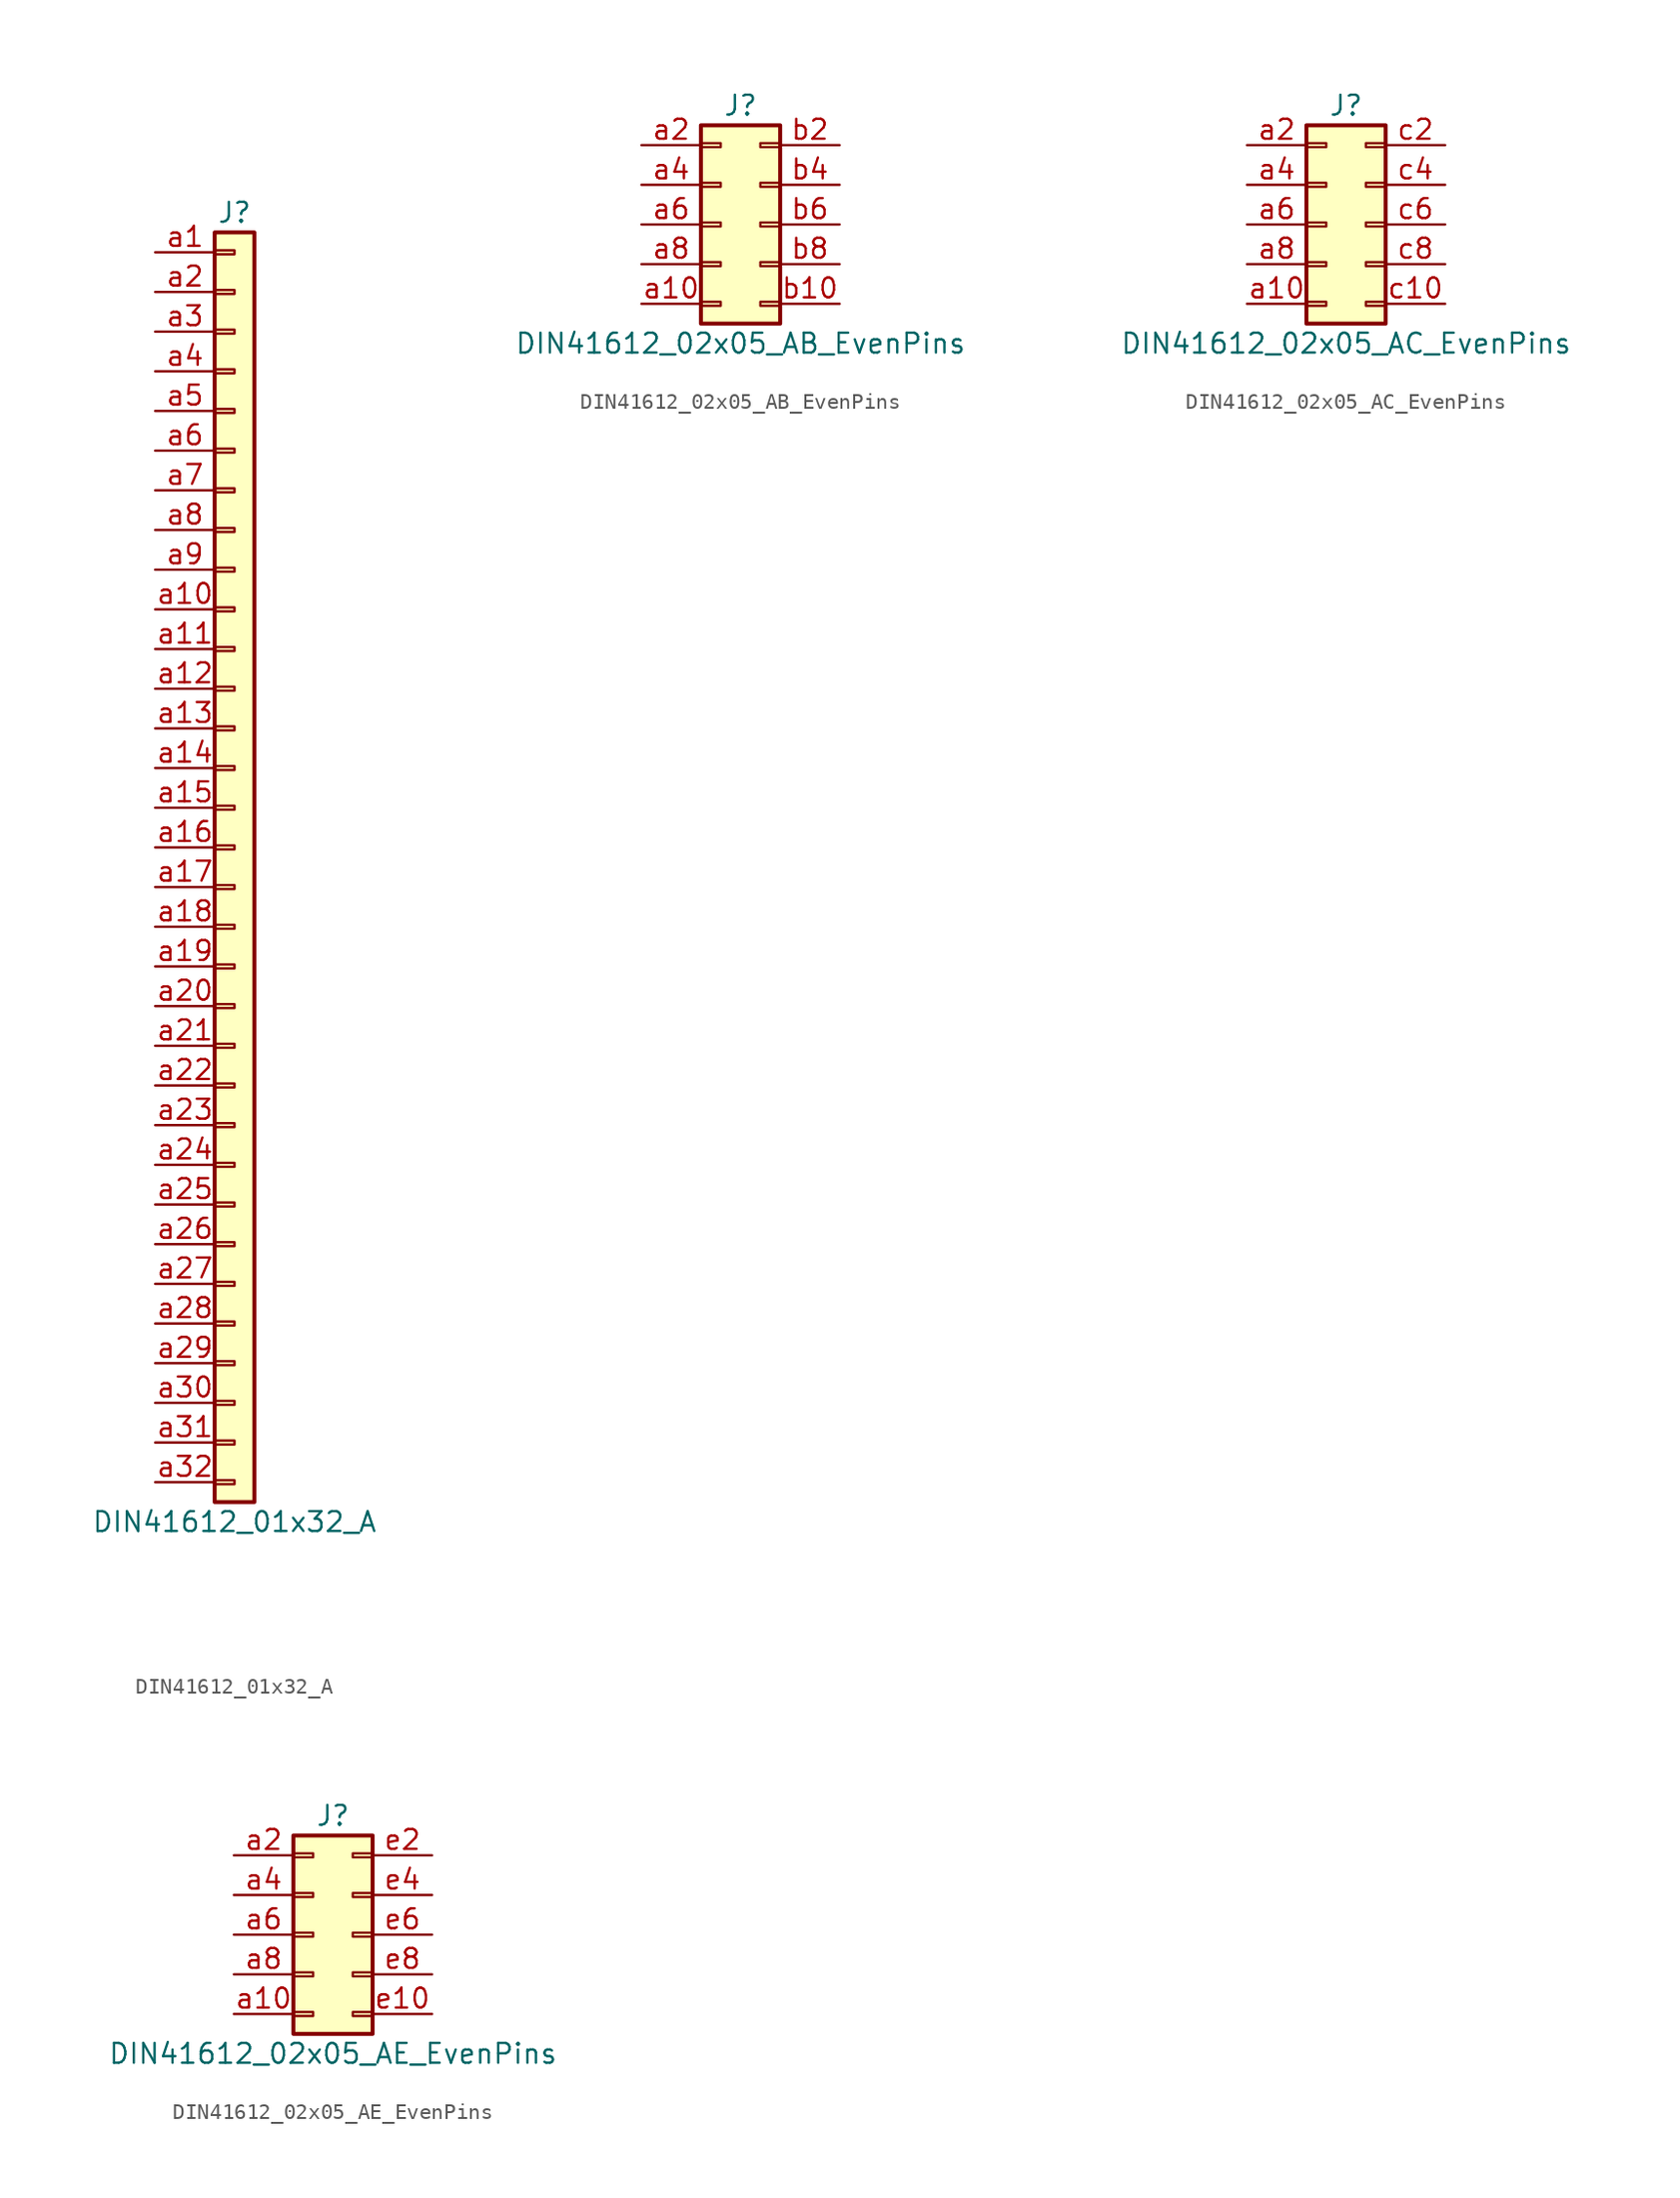
<source format=kicad_sym>
(kicad_symbol_lib
  (version 20220914)
  (generator kicad_symbol_editor)
  (symbol "DIN41612_01x32_A"
    (pin_names
      (offset 1.016) hide)
    (property "Reference" "J"
      (at 0 40.64 0)
      (effects (font (size 1.27 1.27))))
    (property "Value" "DIN41612_01x32_A"
      (at 0 -43.18 0)
      (effects (font (size 1.27 1.27))))
    (symbol "DIN41612_01x32_A_1_1"
      (rectangle (start -1.27 -40.513) (end 0 -40.767) (stroke (width 0.152) (type solid)) (fill (type none)))
      (rectangle (start -1.27 -37.973) (end 0 -38.227) (stroke (width 0.152) (type solid)) (fill (type none)))
      (rectangle (start -1.27 -35.433) (end 0 -35.687) (stroke (width 0.152) (type solid)) (fill (type none)))
      (rectangle (start -1.27 -32.893) (end 0 -33.147) (stroke (width 0.152) (type solid)) (fill (type none)))
      (rectangle (start -1.27 -30.353) (end 0 -30.607) (stroke (width 0.152) (type solid)) (fill (type none)))
      (rectangle (start -1.27 -27.813) (end 0 -28.067) (stroke (width 0.152) (type solid)) (fill (type none)))
      (rectangle (start -1.27 -25.273) (end 0 -25.527) (stroke (width 0.152) (type solid)) (fill (type none)))
      (rectangle (start -1.27 -22.733) (end 0 -22.987) (stroke (width 0.152) (type solid)) (fill (type none)))
      (rectangle (start -1.27 -20.193) (end 0 -20.447) (stroke (width 0.152) (type solid)) (fill (type none)))
      (rectangle (start -1.27 -17.653) (end 0 -17.907) (stroke (width 0.152) (type solid)) (fill (type none)))
      (rectangle (start -1.27 -15.113) (end 0 -15.367) (stroke (width 0.152) (type solid)) (fill (type none)))
      (rectangle (start -1.27 -12.573) (end 0 -12.827) (stroke (width 0.152) (type solid)) (fill (type none)))
      (rectangle (start -1.27 -10.033) (end 0 -10.287) (stroke (width 0.152) (type solid)) (fill (type none)))
      (rectangle (start -1.27 -7.493) (end 0 -7.747) (stroke (width 0.152) (type solid)) (fill (type none)))
      (rectangle (start -1.27 -4.953) (end 0 -5.207) (stroke (width 0.152) (type solid)) (fill (type none)))
      (rectangle (start -1.27 -2.413) (end 0 -2.667) (stroke (width 0.152) (type solid)) (fill (type none)))
      (rectangle (start -1.27 0.127) (end 0 -0.127) (stroke (width 0.152) (type solid)) (fill (type none)))
      (rectangle (start -1.27 2.667) (end 0 2.413) (stroke (width 0.152) (type solid)) (fill (type none)))
      (rectangle (start -1.27 5.207) (end 0 4.953) (stroke (width 0.152) (type solid)) (fill (type none)))
      (rectangle (start -1.27 7.747) (end 0 7.493) (stroke (width 0.152) (type solid)) (fill (type none)))
      (rectangle (start -1.27 10.287) (end 0 10.033) (stroke (width 0.152) (type solid)) (fill (type none)))
      (rectangle (start -1.27 12.827) (end 0 12.573) (stroke (width 0.152) (type solid)) (fill (type none)))
      (rectangle (start -1.27 15.367) (end 0 15.113) (stroke (width 0.152) (type solid)) (fill (type none)))
      (rectangle (start -1.27 17.907) (end 0 17.653) (stroke (width 0.152) (type solid)) (fill (type none)))
      (rectangle (start -1.27 20.447) (end 0 20.193) (stroke (width 0.152) (type solid)) (fill (type none)))
      (rectangle (start -1.27 22.987) (end 0 22.733) (stroke (width 0.152) (type solid)) (fill (type none)))
      (rectangle (start -1.27 25.527) (end 0 25.273) (stroke (width 0.152) (type solid)) (fill (type none)))
      (rectangle (start -1.27 28.067) (end 0 27.813) (stroke (width 0.152) (type solid)) (fill (type none)))
      (rectangle (start -1.27 30.607) (end 0 30.353) (stroke (width 0.152) (type solid)) (fill (type none)))
      (rectangle (start -1.27 33.147) (end 0 32.893) (stroke (width 0.152) (type solid)) (fill (type none)))
      (rectangle (start -1.27 35.687) (end 0 35.433) (stroke (width 0.152) (type solid)) (fill (type none)))
      (rectangle (start -1.27 38.227) (end 0 37.973) (stroke (width 0.152) (type solid)) (fill (type none)))
      (rectangle (start -1.27 39.37) (end 1.27 -41.91) (stroke (width 0.254) (type solid)) (fill (type background)))
      (pin passive line (at -5.08 38.1 0) (length 3.81) (name "Pin_a1" (effects (font (size 1.27 1.27)))) (number "a1" (effects (font (size 1.27 1.27)))))
      (pin passive line (at -5.08 15.24 0) (length 3.81) (name "Pin_a10" (effects (font (size 1.27 1.27)))) (number "a10" (effects (font (size 1.27 1.27)))))
      (pin passive line (at -5.08 12.7 0) (length 3.81) (name "Pin_a11" (effects (font (size 1.27 1.27)))) (number "a11" (effects (font (size 1.27 1.27)))))
      (pin passive line (at -5.08 10.16 0) (length 3.81) (name "Pin_a12" (effects (font (size 1.27 1.27)))) (number "a12" (effects (font (size 1.27 1.27)))))
      (pin passive line (at -5.08 7.62 0) (length 3.81) (name "Pin_a13" (effects (font (size 1.27 1.27)))) (number "a13" (effects (font (size 1.27 1.27)))))
      (pin passive line (at -5.08 5.08 0) (length 3.81) (name "Pin_a14" (effects (font (size 1.27 1.27)))) (number "a14" (effects (font (size 1.27 1.27)))))
      (pin passive line (at -5.08 2.54 0) (length 3.81) (name "Pin_a15" (effects (font (size 1.27 1.27)))) (number "a15" (effects (font (size 1.27 1.27)))))
      (pin passive line (at -5.08 0 0) (length 3.81) (name "Pin_a16" (effects (font (size 1.27 1.27)))) (number "a16" (effects (font (size 1.27 1.27)))))
      (pin passive line (at -5.08 -2.54 0) (length 3.81) (name "Pin_a17" (effects (font (size 1.27 1.27)))) (number "a17" (effects (font (size 1.27 1.27)))))
      (pin passive line (at -5.08 -5.08 0) (length 3.81) (name "Pin_a18" (effects (font (size 1.27 1.27)))) (number "a18" (effects (font (size 1.27 1.27)))))
      (pin passive line (at -5.08 -7.62 0) (length 3.81) (name "Pin_a19" (effects (font (size 1.27 1.27)))) (number "a19" (effects (font (size 1.27 1.27)))))
      (pin passive line (at -5.08 35.56 0) (length 3.81) (name "Pin_a2" (effects (font (size 1.27 1.27)))) (number "a2" (effects (font (size 1.27 1.27)))))
      (pin passive line (at -5.08 -10.16 0) (length 3.81) (name "Pin_a20" (effects (font (size 1.27 1.27)))) (number "a20" (effects (font (size 1.27 1.27)))))
      (pin passive line (at -5.08 -12.7 0) (length 3.81) (name "Pin_a21" (effects (font (size 1.27 1.27)))) (number "a21" (effects (font (size 1.27 1.27)))))
      (pin passive line (at -5.08 -15.24 0) (length 3.81) (name "Pin_a22" (effects (font (size 1.27 1.27)))) (number "a22" (effects (font (size 1.27 1.27)))))
      (pin passive line (at -5.08 -17.78 0) (length 3.81) (name "Pin_a23" (effects (font (size 1.27 1.27)))) (number "a23" (effects (font (size 1.27 1.27)))))
      (pin passive line (at -5.08 -20.32 0) (length 3.81) (name "Pin_a24" (effects (font (size 1.27 1.27)))) (number "a24" (effects (font (size 1.27 1.27)))))
      (pin passive line (at -5.08 -22.86 0) (length 3.81) (name "Pin_a25" (effects (font (size 1.27 1.27)))) (number "a25" (effects (font (size 1.27 1.27)))))
      (pin passive line (at -5.08 -25.4 0) (length 3.81) (name "Pin_a26" (effects (font (size 1.27 1.27)))) (number "a26" (effects (font (size 1.27 1.27)))))
      (pin passive line (at -5.08 -27.94 0) (length 3.81) (name "Pin_a27" (effects (font (size 1.27 1.27)))) (number "a27" (effects (font (size 1.27 1.27)))))
      (pin passive line (at -5.08 -30.48 0) (length 3.81) (name "Pin_a28" (effects (font (size 1.27 1.27)))) (number "a28" (effects (font (size 1.27 1.27)))))
      (pin passive line (at -5.08 -33.02 0) (length 3.81) (name "Pin_a29" (effects (font (size 1.27 1.27)))) (number "a29" (effects (font (size 1.27 1.27)))))
      (pin passive line (at -5.08 33.02 0) (length 3.81) (name "Pin_a3" (effects (font (size 1.27 1.27)))) (number "a3" (effects (font (size 1.27 1.27)))))
      (pin passive line (at -5.08 -35.56 0) (length 3.81) (name "Pin_a30" (effects (font (size 1.27 1.27)))) (number "a30" (effects (font (size 1.27 1.27)))))
      (pin passive line (at -5.08 -38.1 0) (length 3.81) (name "Pin_a31" (effects (font (size 1.27 1.27)))) (number "a31" (effects (font (size 1.27 1.27)))))
      (pin passive line (at -5.08 -40.64 0) (length 3.81) (name "Pin_a32" (effects (font (size 1.27 1.27)))) (number "a32" (effects (font (size 1.27 1.27)))))
      (pin passive line (at -5.08 30.48 0) (length 3.81) (name "Pin_a4" (effects (font (size 1.27 1.27)))) (number "a4" (effects (font (size 1.27 1.27)))))
      (pin passive line (at -5.08 27.94 0) (length 3.81) (name "Pin_a5" (effects (font (size 1.27 1.27)))) (number "a5" (effects (font (size 1.27 1.27)))))
      (pin passive line (at -5.08 25.4 0) (length 3.81) (name "Pin_a6" (effects (font (size 1.27 1.27)))) (number "a6" (effects (font (size 1.27 1.27)))))
      (pin passive line (at -5.08 22.86 0) (length 3.81) (name "Pin_a7" (effects (font (size 1.27 1.27)))) (number "a7" (effects (font (size 1.27 1.27)))))
      (pin passive line (at -5.08 20.32 0) (length 3.81) (name "Pin_a8" (effects (font (size 1.27 1.27)))) (number "a8" (effects (font (size 1.27 1.27)))))
      (pin passive line (at -5.08 17.78 0) (length 3.81) (name "Pin_a9" (effects (font (size 1.27 1.27)))) (number "a9" (effects (font (size 1.27 1.27)))))))
  (symbol "DIN41612_02x05_AB_EvenPins"
    (pin_names
      (offset 1.016) hide)
    (property "Reference" "J"
      (at 1.27 7.62 0)
      (effects (font (size 1.27 1.27))))
    (property "Value" "DIN41612_02x05_AB_EvenPins"
      (at 1.27 -7.62 0)
      (effects (font (size 1.27 1.27))))
    (symbol "DIN41612_02x05_AB_EvenPins_1_1"
      (rectangle (start -1.27 -4.953) (end 0 -5.207) (stroke (width 0.152) (type solid)) (fill (type none)))
      (rectangle (start -1.27 -2.413) (end 0 -2.667) (stroke (width 0.152) (type solid)) (fill (type none)))
      (rectangle (start -1.27 0.127) (end 0 -0.127) (stroke (width 0.152) (type solid)) (fill (type none)))
      (rectangle (start -1.27 2.667) (end 0 2.413) (stroke (width 0.152) (type solid)) (fill (type none)))
      (rectangle (start -1.27 5.207) (end 0 4.953) (stroke (width 0.152) (type solid)) (fill (type none)))
      (rectangle (start -1.27 6.35) (end 3.81 -6.35) (stroke (width 0.254) (type solid)) (fill (type background)))
      (rectangle (start 3.81 -4.953) (end 2.54 -5.207) (stroke (width 0.152) (type solid)) (fill (type none)))
      (rectangle (start 3.81 -2.413) (end 2.54 -2.667) (stroke (width 0.152) (type solid)) (fill (type none)))
      (rectangle (start 3.81 0.127) (end 2.54 -0.127) (stroke (width 0.152) (type solid)) (fill (type none)))
      (rectangle (start 3.81 2.667) (end 2.54 2.413) (stroke (width 0.152) (type solid)) (fill (type none)))
      (rectangle (start 3.81 5.207) (end 2.54 4.953) (stroke (width 0.152) (type solid)) (fill (type none)))
      (pin passive line (at -5.08 -5.08 0) (length 3.81) (name "Pin_a10" (effects (font (size 1.27 1.27)))) (number "a10" (effects (font (size 1.27 1.27)))))
      (pin passive line (at -5.08 5.08 0) (length 3.81) (name "Pin_a2" (effects (font (size 1.27 1.27)))) (number "a2" (effects (font (size 1.27 1.27)))))
      (pin passive line (at -5.08 2.54 0) (length 3.81) (name "Pin_a4" (effects (font (size 1.27 1.27)))) (number "a4" (effects (font (size 1.27 1.27)))))
      (pin passive line (at -5.08 0 0) (length 3.81) (name "Pin_a6" (effects (font (size 1.27 1.27)))) (number "a6" (effects (font (size 1.27 1.27)))))
      (pin passive line (at -5.08 -2.54 0) (length 3.81) (name "Pin_a8" (effects (font (size 1.27 1.27)))) (number "a8" (effects (font (size 1.27 1.27)))))
      (pin passive line (at 7.62 -5.08 180) (length 3.81) (name "Pin_b10" (effects (font (size 1.27 1.27)))) (number "b10" (effects (font (size 1.27 1.27)))))
      (pin passive line (at 7.62 5.08 180) (length 3.81) (name "Pin_b2" (effects (font (size 1.27 1.27)))) (number "b2" (effects (font (size 1.27 1.27)))))
      (pin passive line (at 7.62 2.54 180) (length 3.81) (name "Pin_b4" (effects (font (size 1.27 1.27)))) (number "b4" (effects (font (size 1.27 1.27)))))
      (pin passive line (at 7.62 0 180) (length 3.81) (name "Pin_b6" (effects (font (size 1.27 1.27)))) (number "b6" (effects (font (size 1.27 1.27)))))
      (pin passive line (at 7.62 -2.54 180) (length 3.81) (name "Pin_b8" (effects (font (size 1.27 1.27)))) (number "b8" (effects (font (size 1.27 1.27)))))))
  (symbol "DIN41612_02x05_AC_EvenPins"
    (pin_names
      (offset 1.016) hide)
    (property "Reference" "J"
      (at 1.27 7.62 0)
      (effects (font (size 1.27 1.27))))
    (property "Value" "DIN41612_02x05_AC_EvenPins"
      (at 1.27 -7.62 0)
      (effects (font (size 1.27 1.27))))
    (symbol "DIN41612_02x05_AC_EvenPins_1_1"
      (rectangle (start -1.27 -4.953) (end 0 -5.207) (stroke (width 0.152) (type solid)) (fill (type none)))
      (rectangle (start -1.27 -2.413) (end 0 -2.667) (stroke (width 0.152) (type solid)) (fill (type none)))
      (rectangle (start -1.27 0.127) (end 0 -0.127) (stroke (width 0.152) (type solid)) (fill (type none)))
      (rectangle (start -1.27 2.667) (end 0 2.413) (stroke (width 0.152) (type solid)) (fill (type none)))
      (rectangle (start -1.27 5.207) (end 0 4.953) (stroke (width 0.152) (type solid)) (fill (type none)))
      (rectangle (start -1.27 6.35) (end 3.81 -6.35) (stroke (width 0.254) (type solid)) (fill (type background)))
      (rectangle (start 3.81 -4.953) (end 2.54 -5.207) (stroke (width 0.152) (type solid)) (fill (type none)))
      (rectangle (start 3.81 -2.413) (end 2.54 -2.667) (stroke (width 0.152) (type solid)) (fill (type none)))
      (rectangle (start 3.81 0.127) (end 2.54 -0.127) (stroke (width 0.152) (type solid)) (fill (type none)))
      (rectangle (start 3.81 2.667) (end 2.54 2.413) (stroke (width 0.152) (type solid)) (fill (type none)))
      (rectangle (start 3.81 5.207) (end 2.54 4.953) (stroke (width 0.152) (type solid)) (fill (type none)))
      (pin passive line (at -5.08 -5.08 0) (length 3.81) (name "Pin_a10" (effects (font (size 1.27 1.27)))) (number "a10" (effects (font (size 1.27 1.27)))))
      (pin passive line (at -5.08 5.08 0) (length 3.81) (name "Pin_a2" (effects (font (size 1.27 1.27)))) (number "a2" (effects (font (size 1.27 1.27)))))
      (pin passive line (at -5.08 2.54 0) (length 3.81) (name "Pin_a4" (effects (font (size 1.27 1.27)))) (number "a4" (effects (font (size 1.27 1.27)))))
      (pin passive line (at -5.08 0 0) (length 3.81) (name "Pin_a6" (effects (font (size 1.27 1.27)))) (number "a6" (effects (font (size 1.27 1.27)))))
      (pin passive line (at -5.08 -2.54 0) (length 3.81) (name "Pin_a8" (effects (font (size 1.27 1.27)))) (number "a8" (effects (font (size 1.27 1.27)))))
      (pin passive line (at 7.62 -5.08 180) (length 3.81) (name "Pin_c10" (effects (font (size 1.27 1.27)))) (number "c10" (effects (font (size 1.27 1.27)))))
      (pin passive line (at 7.62 5.08 180) (length 3.81) (name "Pin_c2" (effects (font (size 1.27 1.27)))) (number "c2" (effects (font (size 1.27 1.27)))))
      (pin passive line (at 7.62 2.54 180) (length 3.81) (name "Pin_c4" (effects (font (size 1.27 1.27)))) (number "c4" (effects (font (size 1.27 1.27)))))
      (pin passive line (at 7.62 0 180) (length 3.81) (name "Pin_c6" (effects (font (size 1.27 1.27)))) (number "c6" (effects (font (size 1.27 1.27)))))
      (pin passive line (at 7.62 -2.54 180) (length 3.81) (name "Pin_c8" (effects (font (size 1.27 1.27)))) (number "c8" (effects (font (size 1.27 1.27)))))))
  (symbol "DIN41612_02x05_AE_EvenPins"
    (pin_names
      (offset 1.016) hide)
    (property "Reference" "J"
      (at 1.27 7.62 0)
      (effects (font (size 1.27 1.27))))
    (property "Value" "DIN41612_02x05_AE_EvenPins"
      (at 1.27 -7.62 0)
      (effects (font (size 1.27 1.27))))
    (symbol "DIN41612_02x05_AE_EvenPins_1_1"
      (rectangle (start -1.27 -4.953) (end 0 -5.207) (stroke (width 0.152) (type solid)) (fill (type none)))
      (rectangle (start -1.27 -2.413) (end 0 -2.667) (stroke (width 0.152) (type solid)) (fill (type none)))
      (rectangle (start -1.27 0.127) (end 0 -0.127) (stroke (width 0.152) (type solid)) (fill (type none)))
      (rectangle (start -1.27 2.667) (end 0 2.413) (stroke (width 0.152) (type solid)) (fill (type none)))
      (rectangle (start -1.27 5.207) (end 0 4.953) (stroke (width 0.152) (type solid)) (fill (type none)))
      (rectangle (start -1.27 6.35) (end 3.81 -6.35) (stroke (width 0.254) (type solid)) (fill (type background)))
      (rectangle (start 3.81 -4.953) (end 2.54 -5.207) (stroke (width 0.152) (type solid)) (fill (type none)))
      (rectangle (start 3.81 -2.413) (end 2.54 -2.667) (stroke (width 0.152) (type solid)) (fill (type none)))
      (rectangle (start 3.81 0.127) (end 2.54 -0.127) (stroke (width 0.152) (type solid)) (fill (type none)))
      (rectangle (start 3.81 2.667) (end 2.54 2.413) (stroke (width 0.152) (type solid)) (fill (type none)))
      (rectangle (start 3.81 5.207) (end 2.54 4.953) (stroke (width 0.152) (type solid)) (fill (type none)))
      (pin passive line (at -5.08 -5.08 0) (length 3.81) (name "Pin_a10" (effects (font (size 1.27 1.27)))) (number "a10" (effects (font (size 1.27 1.27)))))
      (pin passive line (at -5.08 5.08 0) (length 3.81) (name "Pin_a2" (effects (font (size 1.27 1.27)))) (number "a2" (effects (font (size 1.27 1.27)))))
      (pin passive line (at -5.08 2.54 0) (length 3.81) (name "Pin_a4" (effects (font (size 1.27 1.27)))) (number "a4" (effects (font (size 1.27 1.27)))))
      (pin passive line (at -5.08 0 0) (length 3.81) (name "Pin_a6" (effects (font (size 1.27 1.27)))) (number "a6" (effects (font (size 1.27 1.27)))))
      (pin passive line (at -5.08 -2.54 0) (length 3.81) (name "Pin_a8" (effects (font (size 1.27 1.27)))) (number "a8" (effects (font (size 1.27 1.27)))))
      (pin passive line (at 7.62 -5.08 180) (length 3.81) (name "Pin_e10" (effects (font (size 1.27 1.27)))) (number "e10" (effects (font (size 1.27 1.27)))))
      (pin passive line (at 7.62 5.08 180) (length 3.81) (name "Pin_e2" (effects (font (size 1.27 1.27)))) (number "e2" (effects (font (size 1.27 1.27)))))
      (pin passive line (at 7.62 2.54 180) (length 3.81) (name "Pin_e4" (effects (font (size 1.27 1.27)))) (number "e4" (effects (font (size 1.27 1.27)))))
      (pin passive line (at 7.62 0 180) (length 3.81) (name "Pin_e6" (effects (font (size 1.27 1.27)))) (number "e6" (effects (font (size 1.27 1.27)))))
      (pin passive line (at 7.62 -2.54 180) (length 3.81) (name "Pin_e8" (effects (font (size 1.27 1.27)))) (number "e8" (effects (font (size 1.27 1.27))))))))
</source>
